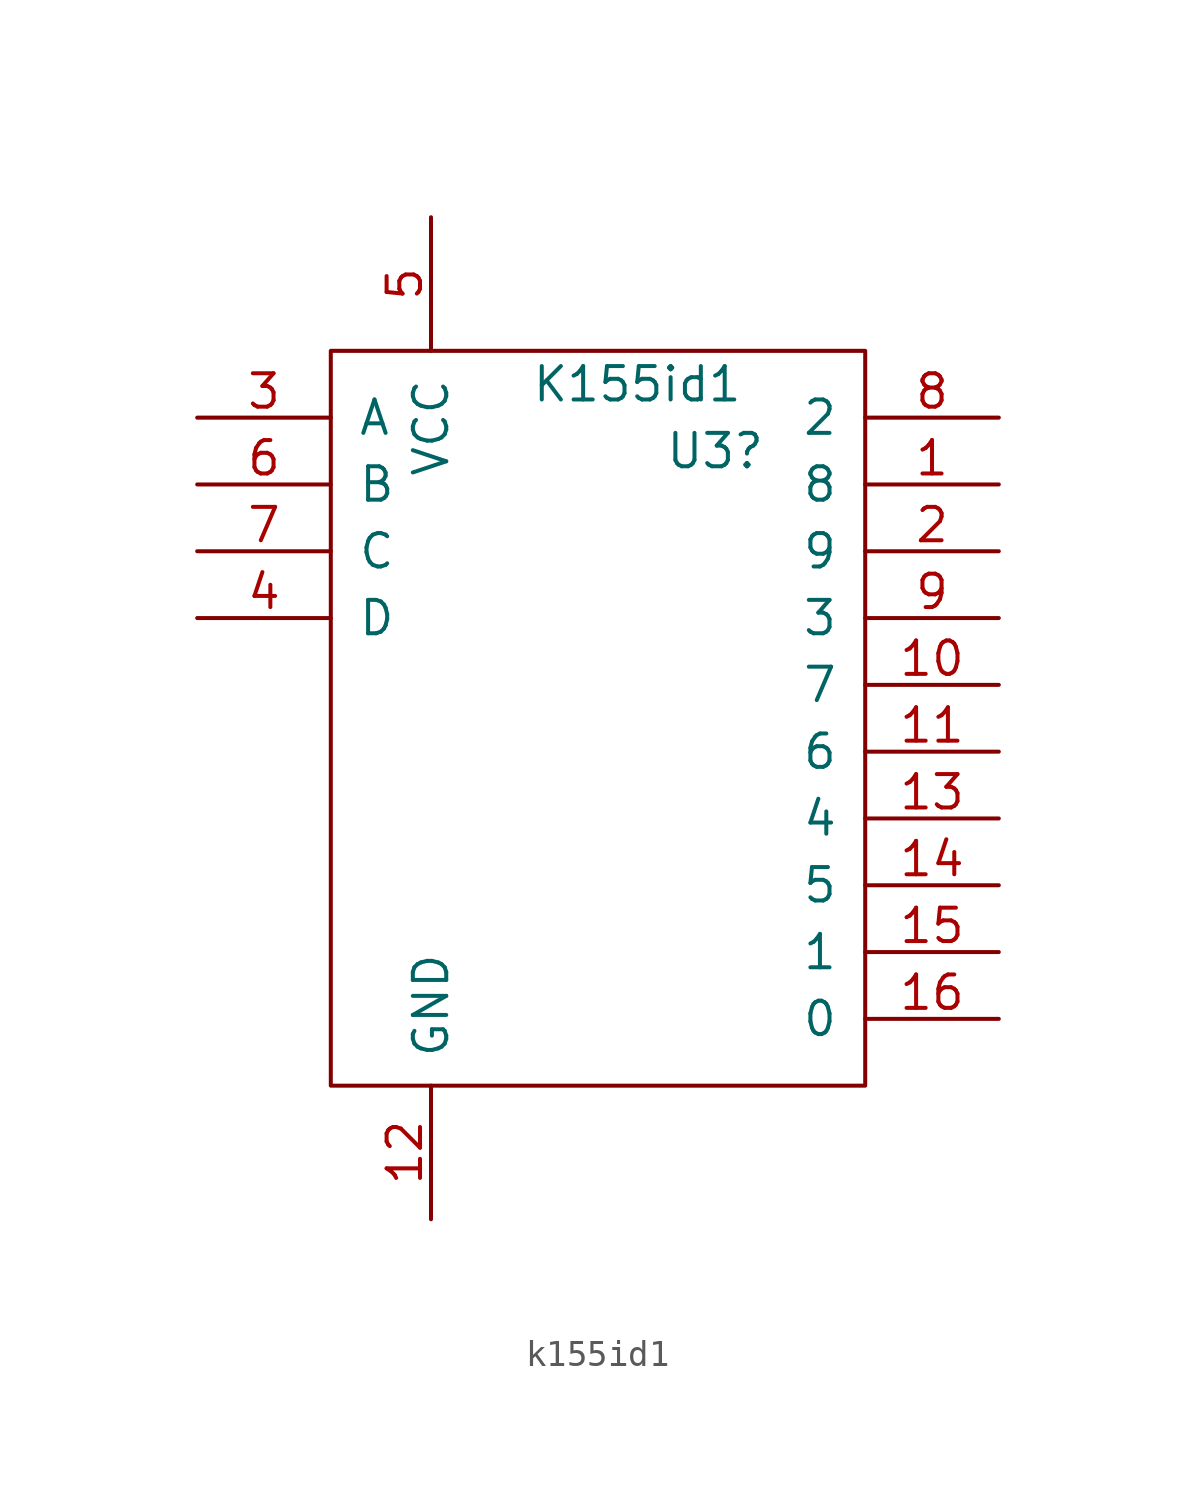
<source format=kicad_sym>
(kicad_symbol_lib
  (version 20241209)
  (generator "kicad_symbol_editor")
  (generator_version "9.0")
  (symbol "k155id1"
    (pin_names
      (offset 1.016))
    (property "Reference" "U3"
      (at 2.54 10.16 0)
      (effects (font (size 1.27 1.27)) (justify left)))
    (property "Value" "K155id1"
      (at -2.54 12.7 0)
      (effects (font (size 1.27 1.27)) (justify left)))
    (symbol "k155id1_0_1"
      (rectangle (start -10.16 -13.97) (end 10.16 13.97) (stroke (width 0) (type solid)) (fill (type none))))
    (symbol "k155id1_1_1"
      (pin input line (at -15.24 11.43 0) (length 5.08) (name "A" (effects (font (size 1.27 1.27)))) (number "3" (effects (font (size 1.27 1.27)))))
      (pin input line (at -15.24 8.89 0) (length 5.08) (name "B" (effects (font (size 1.27 1.27)))) (number "6" (effects (font (size 1.27 1.27)))))
      (pin input line (at -15.24 6.35 0) (length 5.08) (name "C" (effects (font (size 1.27 1.27)))) (number "7" (effects (font (size 1.27 1.27)))))
      (pin input line (at -15.24 3.81 0) (length 5.08) (name "D" (effects (font (size 1.27 1.27)))) (number "4" (effects (font (size 1.27 1.27)))))
      (pin power_in line (at -6.35 19.05 270) (length 5.08) (name "VCC" (effects (font (size 1.27 1.27)))) (number "5" (effects (font (size 1.27 1.27)))))
      (pin power_in line (at -6.35 -19.05 90) (length 5.08) (name "GND" (effects (font (size 1.27 1.27)))) (number "12" (effects (font (size 1.27 1.27)))))
      (pin output line (at 15.24 11.43 180) (length 5.08) (name "2" (effects (font (size 1.27 1.27)))) (number "8" (effects (font (size 1.27 1.27)))))
      (pin output line (at 15.24 8.89 180) (length 5.08) (name "8" (effects (font (size 1.27 1.27)))) (number "1" (effects (font (size 1.27 1.27)))))
      (pin output line (at 15.24 6.35 180) (length 5.08) (name "9" (effects (font (size 1.27 1.27)))) (number "2" (effects (font (size 1.27 1.27)))))
      (pin output line (at 15.24 3.81 180) (length 5.08) (name "3" (effects (font (size 1.27 1.27)))) (number "9" (effects (font (size 1.27 1.27)))))
      (pin output line (at 15.24 1.27 180) (length 5.08) (name "7" (effects (font (size 1.27 1.27)))) (number "10" (effects (font (size 1.27 1.27)))))
      (pin output line (at 15.24 -1.27 180) (length 5.08) (name "6" (effects (font (size 1.27 1.27)))) (number "11" (effects (font (size 1.27 1.27)))))
      (pin output line (at 15.24 -3.81 180) (length 5.08) (name "4" (effects (font (size 1.27 1.27)))) (number "13" (effects (font (size 1.27 1.27)))))
      (pin output line (at 15.24 -6.35 180) (length 5.08) (name "5" (effects (font (size 1.27 1.27)))) (number "14" (effects (font (size 1.27 1.27)))))
      (pin output line (at 15.24 -8.89 180) (length 5.08) (name "1" (effects (font (size 1.27 1.27)))) (number "15" (effects (font (size 1.27 1.27)))))
      (pin output line (at 15.24 -11.43 180) (length 5.08) (name "0" (effects (font (size 1.27 1.27)))) (number "16" (effects (font (size 1.27 1.27))))))))
</source>
